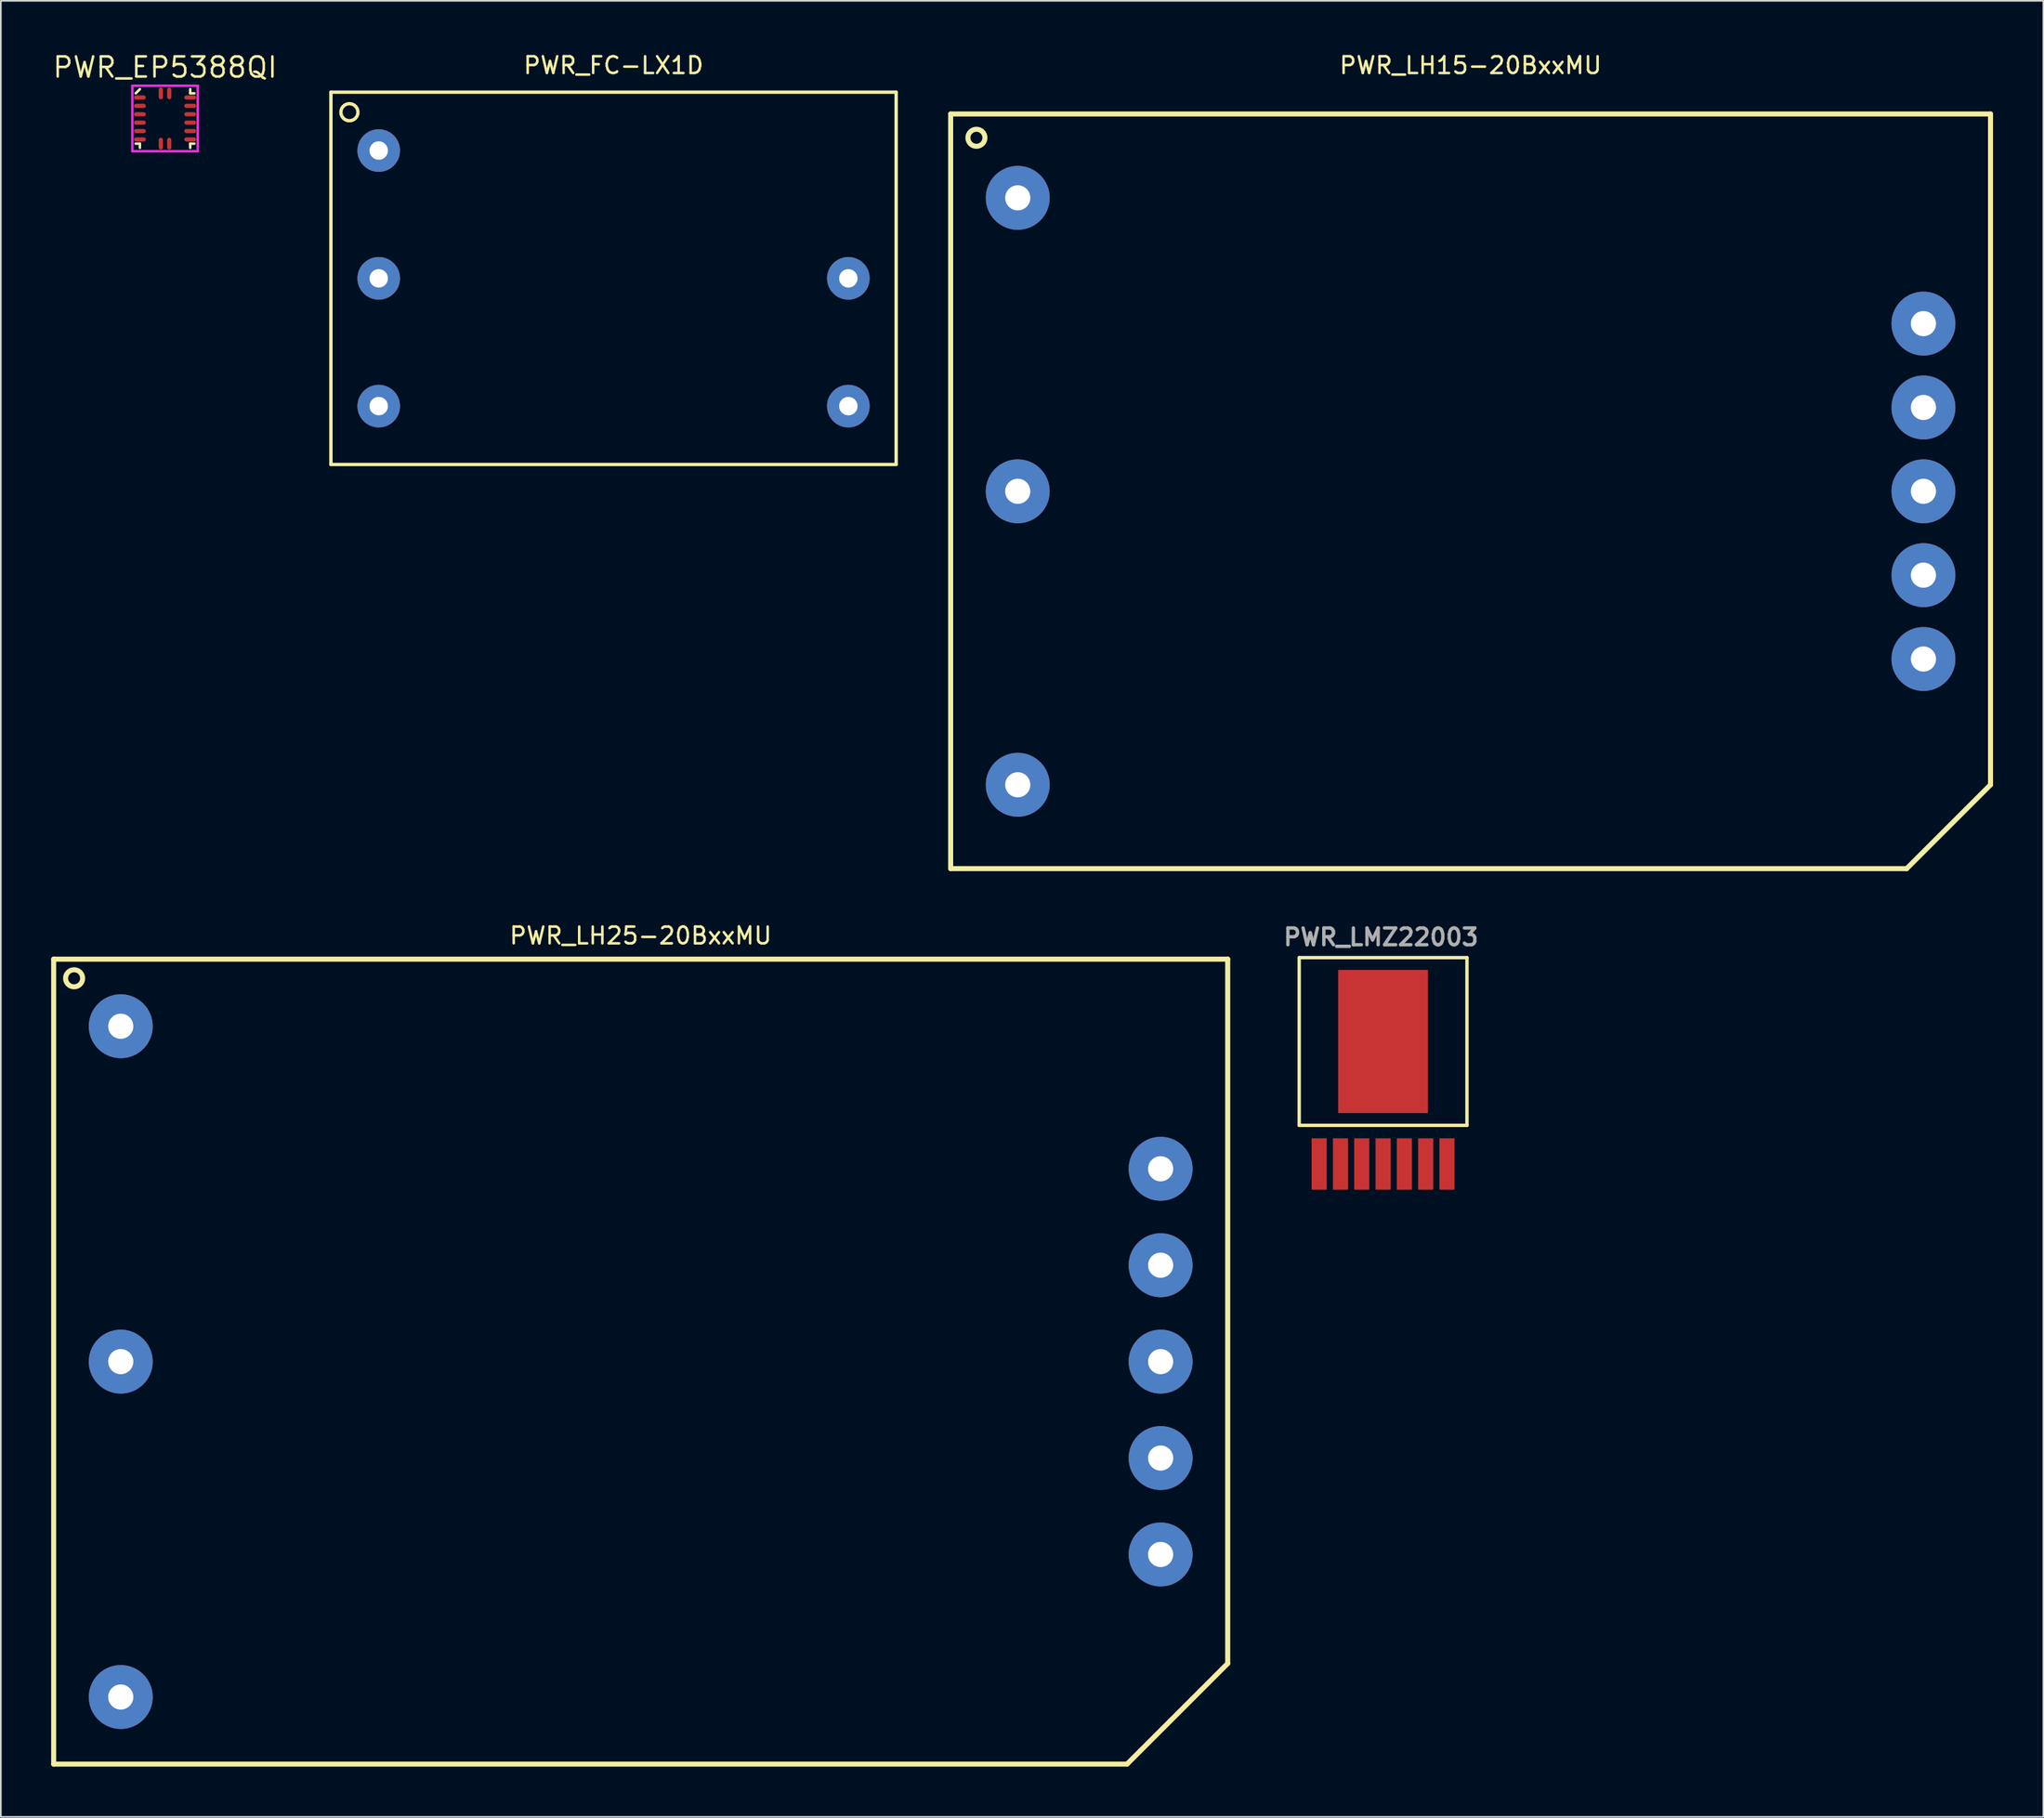
<source format=kicad_pcb>
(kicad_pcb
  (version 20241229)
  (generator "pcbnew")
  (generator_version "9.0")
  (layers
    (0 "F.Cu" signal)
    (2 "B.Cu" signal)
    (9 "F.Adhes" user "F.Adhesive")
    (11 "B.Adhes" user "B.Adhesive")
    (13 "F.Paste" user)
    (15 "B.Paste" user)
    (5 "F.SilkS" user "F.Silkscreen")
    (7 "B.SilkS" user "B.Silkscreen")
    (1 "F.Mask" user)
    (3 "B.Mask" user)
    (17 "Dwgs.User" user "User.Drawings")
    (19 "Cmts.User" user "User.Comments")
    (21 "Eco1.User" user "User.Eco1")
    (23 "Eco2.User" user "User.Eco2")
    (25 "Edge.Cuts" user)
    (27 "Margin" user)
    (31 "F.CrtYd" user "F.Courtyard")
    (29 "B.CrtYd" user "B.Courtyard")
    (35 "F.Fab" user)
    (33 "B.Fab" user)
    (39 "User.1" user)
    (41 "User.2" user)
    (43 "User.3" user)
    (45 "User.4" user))
  (footprint "PWR_LH15-20BxxMU"
    (layer "F.Cu")
    (at 84.631 26.248)
    (property "Reference" "PWR_LH15-20BxxMU" (at 0 -25.4 0) (layer "F.SilkS") (effects (font (size 1 1) (thickness 0.15))))
    (attr through_hole)
    (fp_line (start -31 -22.5) (end -31 22.5) (stroke (width 0.3) (type solid)) (layer "F.SilkS"))
    (fp_line (start -31 -22.5) (end 31 -22.5) (stroke (width 0.3) (type solid)) (layer "F.SilkS"))
    (fp_line (start -31 22.5) (end 26 22.5) (stroke (width 0.3) (type solid)) (layer "F.SilkS"))
    (fp_line (start 26 22.5) (end 31 17.5) (stroke (width 0.3) (type solid)) (layer "F.SilkS"))
    (fp_line (start 31 -22.5) (end 31 17.5) (stroke (width 0.3) (type solid)) (layer "F.SilkS"))
    (fp_circle (center -29.464 -21.082) (end -29.464 -21.59) (stroke (width 0.3) (type solid)) (fill no) (layer "F.SilkS"))
    (pad "1" thru_hole circle (at -27 -17.5) (size 3.81 3.81) (drill 1.5) (layers "*.Cu" "*.Mask"))
    (pad "2" thru_hole circle (at -27 0) (size 3.81 3.81) (drill 1.5) (layers "*.Cu" "*.Mask"))
    (pad "3" thru_hole circle (at -27 17.5) (size 3.81 3.81) (drill 1.5) (layers "*.Cu" "*.Mask"))
    (pad "4" thru_hole circle (at 27 10) (size 3.81 3.81) (drill 1.5) (layers "*.Cu" "*.Mask"))
    (pad "5" thru_hole circle (at 27 5) (size 3.81 3.81) (drill 1.5) (layers "*.Cu" "*.Mask"))
    (pad "6" thru_hole circle (at 27 0) (size 3.81 3.81) (drill 1.5) (layers "*.Cu" "*.Mask"))
    (pad "7" thru_hole circle (at 27 -5) (size 3.81 3.81) (drill 1.5) (layers "*.Cu" "*.Mask"))
    (pad "8" thru_hole circle (at 27 -10) (size 3.81 3.81) (drill 1.5) (layers "*.Cu" "*.Mask")))
  (footprint "PWR_LMZ22003"
    (layer "F.Cu")
    (at 79.413 59.057)
    (property "Reference" "PWR_LMZ22003" (at -0.127 -6.223 0) (layer "F.Fab") (effects (font (size 1 1) (thickness 0.2))))
    (attr through_hole)
    (fp_line (start -5.001 -5.001) (end 5.001 -5.001) (stroke (width 0.201) (type solid)) (layer "F.SilkS"))
    (fp_line (start -5.001 5.001) (end -5.001 -5.001) (stroke (width 0.201) (type solid)) (layer "F.SilkS"))
    (fp_line (start 5.001 -5.001) (end 5.001 5.001) (stroke (width 0.201) (type solid)) (layer "F.SilkS"))
    (fp_line (start 5.001 5.001) (end -5.001 5.001) (stroke (width 0.201) (type solid)) (layer "F.SilkS"))
    (pad "1" smd rect (at -3.81 7.305) (size 0.899 3.061) (layers "F.Cu" "F.Mask" "F.Paste"))
    (pad "2" smd rect (at -2.54 7.305) (size 0.899 3.061) (layers "F.Cu" "F.Mask" "F.Paste"))
    (pad "3" smd rect (at -1.27 7.305) (size 0.899 3.061) (layers "F.Cu" "F.Mask" "F.Paste"))
    (pad "4" smd rect (at 0 7.305) (size 0.899 3.061) (layers "F.Cu" "F.Mask" "F.Paste"))
    (pad "5" smd rect (at 1.27 7.305) (size 0.899 3.061) (layers "F.Cu" "F.Mask" "F.Paste"))
    (pad "6" smd rect (at 2.54 7.305) (size 0.899 3.061) (layers "F.Cu" "F.Mask" "F.Paste"))
    (pad "7" smd rect (at 3.81 7.305) (size 0.899 3.061) (layers "F.Cu" "F.Mask" "F.Paste"))
    (pad "PAD" smd rect (at 0 0) (size 5.349 8.539) (layers "F.Cu" "F.Mask" "F.Paste")))
  (footprint "PWR_EP5388QI"
    (layer "F.Cu")
    (at 6.791 4.015)
    (property "Reference" "PWR_EP5388QI" (at 0 -3.05 0) (layer "F.SilkS") (effects (font (size 1.2 1.2) (thickness 0.15))))
    (attr through_hole)
    (fp_line (start -1.75 1.5) (end -1.5 1.5) (stroke (width 0.15) (type solid)) (layer "F.SilkS"))
    (fp_line (start -1.5 -1.75) (end -1.75 -1.5) (stroke (width 0.15) (type solid)) (layer "F.SilkS"))
    (fp_line (start -1.5 1.5) (end -1.5 1.75) (stroke (width 0.15) (type solid)) (layer "F.SilkS"))
    (fp_line (start 1.5 -1.5) (end 1.5 -1.75) (stroke (width 0.15) (type solid)) (layer "F.SilkS"))
    (fp_line (start 1.5 1.5) (end 1.5 1.75) (stroke (width 0.15) (type solid)) (layer "F.SilkS"))
    (fp_line (start 1.75 -1.5) (end 1.5 -1.5) (stroke (width 0.15) (type solid)) (layer "F.SilkS"))
    (fp_line (start 1.75 1.5) (end 1.5 1.5) (stroke (width 0.15) (type solid)) (layer "F.SilkS"))
    (fp_line (start -1.95 -1.95) (end 1.95 -1.95) (stroke (width 0.15) (type solid)) (layer "F.CrtYd"))
    (fp_line (start -1.95 1.95) (end -1.95 -1.95) (stroke (width 0.15) (type solid)) (layer "F.CrtYd"))
    (fp_line (start 1.95 -1.95) (end 1.95 1.95) (stroke (width 0.15) (type solid)) (layer "F.CrtYd"))
    (fp_line (start 1.95 1.95) (end -1.95 1.95) (stroke (width 0.15) (type solid)) (layer "F.CrtYd"))
    (pad "1" smd oval (at -1.5 -1.25 90) (size 0.25 0.7) (layers "F.Cu" "F.Mask" "F.Paste"))
    (pad "2" smd oval (at -1.5 -0.75 90) (size 0.25 0.7) (layers "F.Cu" "F.Mask" "F.Paste"))
    (pad "3" smd oval (at -1.5 -0.25 90) (size 0.25 0.7) (layers "F.Cu" "F.Mask" "F.Paste"))
    (pad "4" smd oval (at -1.5 0.25 90) (size 0.25 0.7) (layers "F.Cu" "F.Mask" "F.Paste"))
    (pad "5" smd oval (at -1.5 0.75 90) (size 0.25 0.7) (layers "F.Cu" "F.Mask" "F.Paste"))
    (pad "6" smd oval (at -1.5 1.25 90) (size 0.25 0.7) (layers "F.Cu" "F.Mask" "F.Paste"))
    (pad "7" smd oval (at -0.25 1.5) (size 0.25 0.7) (layers "F.Cu" "F.Mask" "F.Paste"))
    (pad "8" smd oval (at 0.25 1.5) (size 0.25 0.7) (layers "F.Cu" "F.Mask" "F.Paste"))
    (pad "9" smd oval (at 1.5 1.25 90) (size 0.25 0.7) (layers "F.Cu" "F.Mask" "F.Paste"))
    (pad "10" smd oval (at 1.5 0.75 90) (size 0.25 0.7) (layers "F.Cu" "F.Mask" "F.Paste"))
    (pad "11" smd oval (at 1.5 0.25 90) (size 0.25 0.7) (layers "F.Cu" "F.Mask" "F.Paste"))
    (pad "12" smd oval (at 1.5 -0.25 90) (size 0.25 0.7) (layers "F.Cu" "F.Mask" "F.Paste"))
    (pad "13" smd oval (at 1.5 -0.75 90) (size 0.25 0.7) (layers "F.Cu" "F.Mask" "F.Paste"))
    (pad "14" smd oval (at 1.5 -1.25 90) (size 0.25 0.7) (layers "F.Cu" "F.Mask" "F.Paste"))
    (pad "15" smd oval (at 0.25 -1.5) (size 0.25 0.7) (layers "F.Cu" "F.Mask" "F.Paste"))
    (pad "16" smd oval (at -0.25 -1.5) (size 0.25 0.7) (layers "F.Cu" "F.Mask" "F.Paste")))
  (footprint "PWR_LH25-20BxxMU"
    (layer "F.Cu")
    (at 35.15 78.147)
    (property "Reference" "PWR_LH25-20BxxMU" (at 0 -25.4 0) (layer "F.SilkS") (effects (font (size 1 1) (thickness 0.15))))
    (attr through_hole)
    (fp_line (start -35 -24) (end -35 24) (stroke (width 0.3) (type solid)) (layer "F.SilkS"))
    (fp_line (start -35 -24) (end 35 -24) (stroke (width 0.3) (type solid)) (layer "F.SilkS"))
    (fp_line (start -35 24) (end 29 24) (stroke (width 0.3) (type solid)) (layer "F.SilkS"))
    (fp_line (start 29 24) (end 35 18) (stroke (width 0.3) (type solid)) (layer "F.SilkS"))
    (fp_line (start 35 -24) (end 35 18) (stroke (width 0.3) (type solid)) (layer "F.SilkS"))
    (fp_circle (center -33.782 -22.86) (end -33.782 -23.368) (stroke (width 0.3) (type solid)) (fill no) (layer "F.SilkS"))
    (pad "1" thru_hole circle (at -31 -20) (size 3.81 3.81) (drill 1.5) (layers "*.Cu" "*.Mask"))
    (pad "2" thru_hole circle (at -31 0) (size 3.81 3.81) (drill 1.5) (layers "*.Cu" "*.Mask"))
    (pad "3" thru_hole circle (at -31 20) (size 3.81 3.81) (drill 1.5) (layers "*.Cu" "*.Mask"))
    (pad "4" thru_hole circle (at 31 11.5) (size 3.81 3.81) (drill 1.5) (layers "*.Cu" "*.Mask"))
    (pad "5" thru_hole circle (at 31 5.75) (size 3.81 3.81) (drill 1.5) (layers "*.Cu" "*.Mask"))
    (pad "6" thru_hole circle (at 31 0) (size 3.81 3.81) (drill 1.5) (layers "*.Cu" "*.Mask"))
    (pad "7" thru_hole circle (at 31 -5.75) (size 3.81 3.81) (drill 1.5) (layers "*.Cu" "*.Mask"))
    (pad "8" thru_hole circle (at 31 -11.5) (size 3.81 3.81) (drill 1.5) (layers "*.Cu" "*.Mask")))
  (footprint "PWR_FC-LX1D"
    (layer "F.Cu")
    (at 33.531 13.548)
    (property "Reference" "PWR_FC-LX1D" (at 0 -12.7 0) (layer "F.SilkS") (effects (font (size 1 1) (thickness 0.15))))
    (attr through_hole)
    (fp_line (start -16.85 -11.1) (end -16.85 11.1) (stroke (width 0.2) (type solid)) (layer "F.SilkS"))
    (fp_line (start -16.85 -11.1) (end 16.85 -11.1) (stroke (width 0.2) (type solid)) (layer "F.SilkS"))
    (fp_line (start -16.85 11.1) (end 16.85 11.1) (stroke (width 0.2) (type solid)) (layer "F.SilkS"))
    (fp_line (start 16.85 -11.1) (end 16.85 11.1) (stroke (width 0.2) (type solid)) (layer "F.SilkS"))
    (fp_circle (center -15.748 -9.906) (end -15.748 -10.414) (stroke (width 0.2) (type solid)) (fill no) (layer "F.SilkS"))
    (pad "1" thru_hole circle (at -14 -7.62) (size 2.54 2.54) (drill 1.1) (layers "*.Cu" "*.Mask"))
    (pad "2" thru_hole circle (at -14 0) (size 2.54 2.54) (drill 1.1) (layers "*.Cu" "*.Mask"))
    (pad "3" thru_hole circle (at -14 7.62) (size 2.54 2.54) (drill 1.1) (layers "*.Cu" "*.Mask"))
    (pad "4" thru_hole circle (at 14 7.62) (size 2.54 2.54) (drill 1.1) (layers "*.Cu" "*.Mask"))
    (pad "5" thru_hole circle (at 14 0) (size 2.54 2.54) (drill 1.1) (layers "*.Cu" "*.Mask")))
  (gr_rect
    (start -3 -3)
    (end 118.781 105.296)
    (stroke (width 0.1) (type default))
    (fill no)
    (layer "Edge.Cuts")))
</source>
